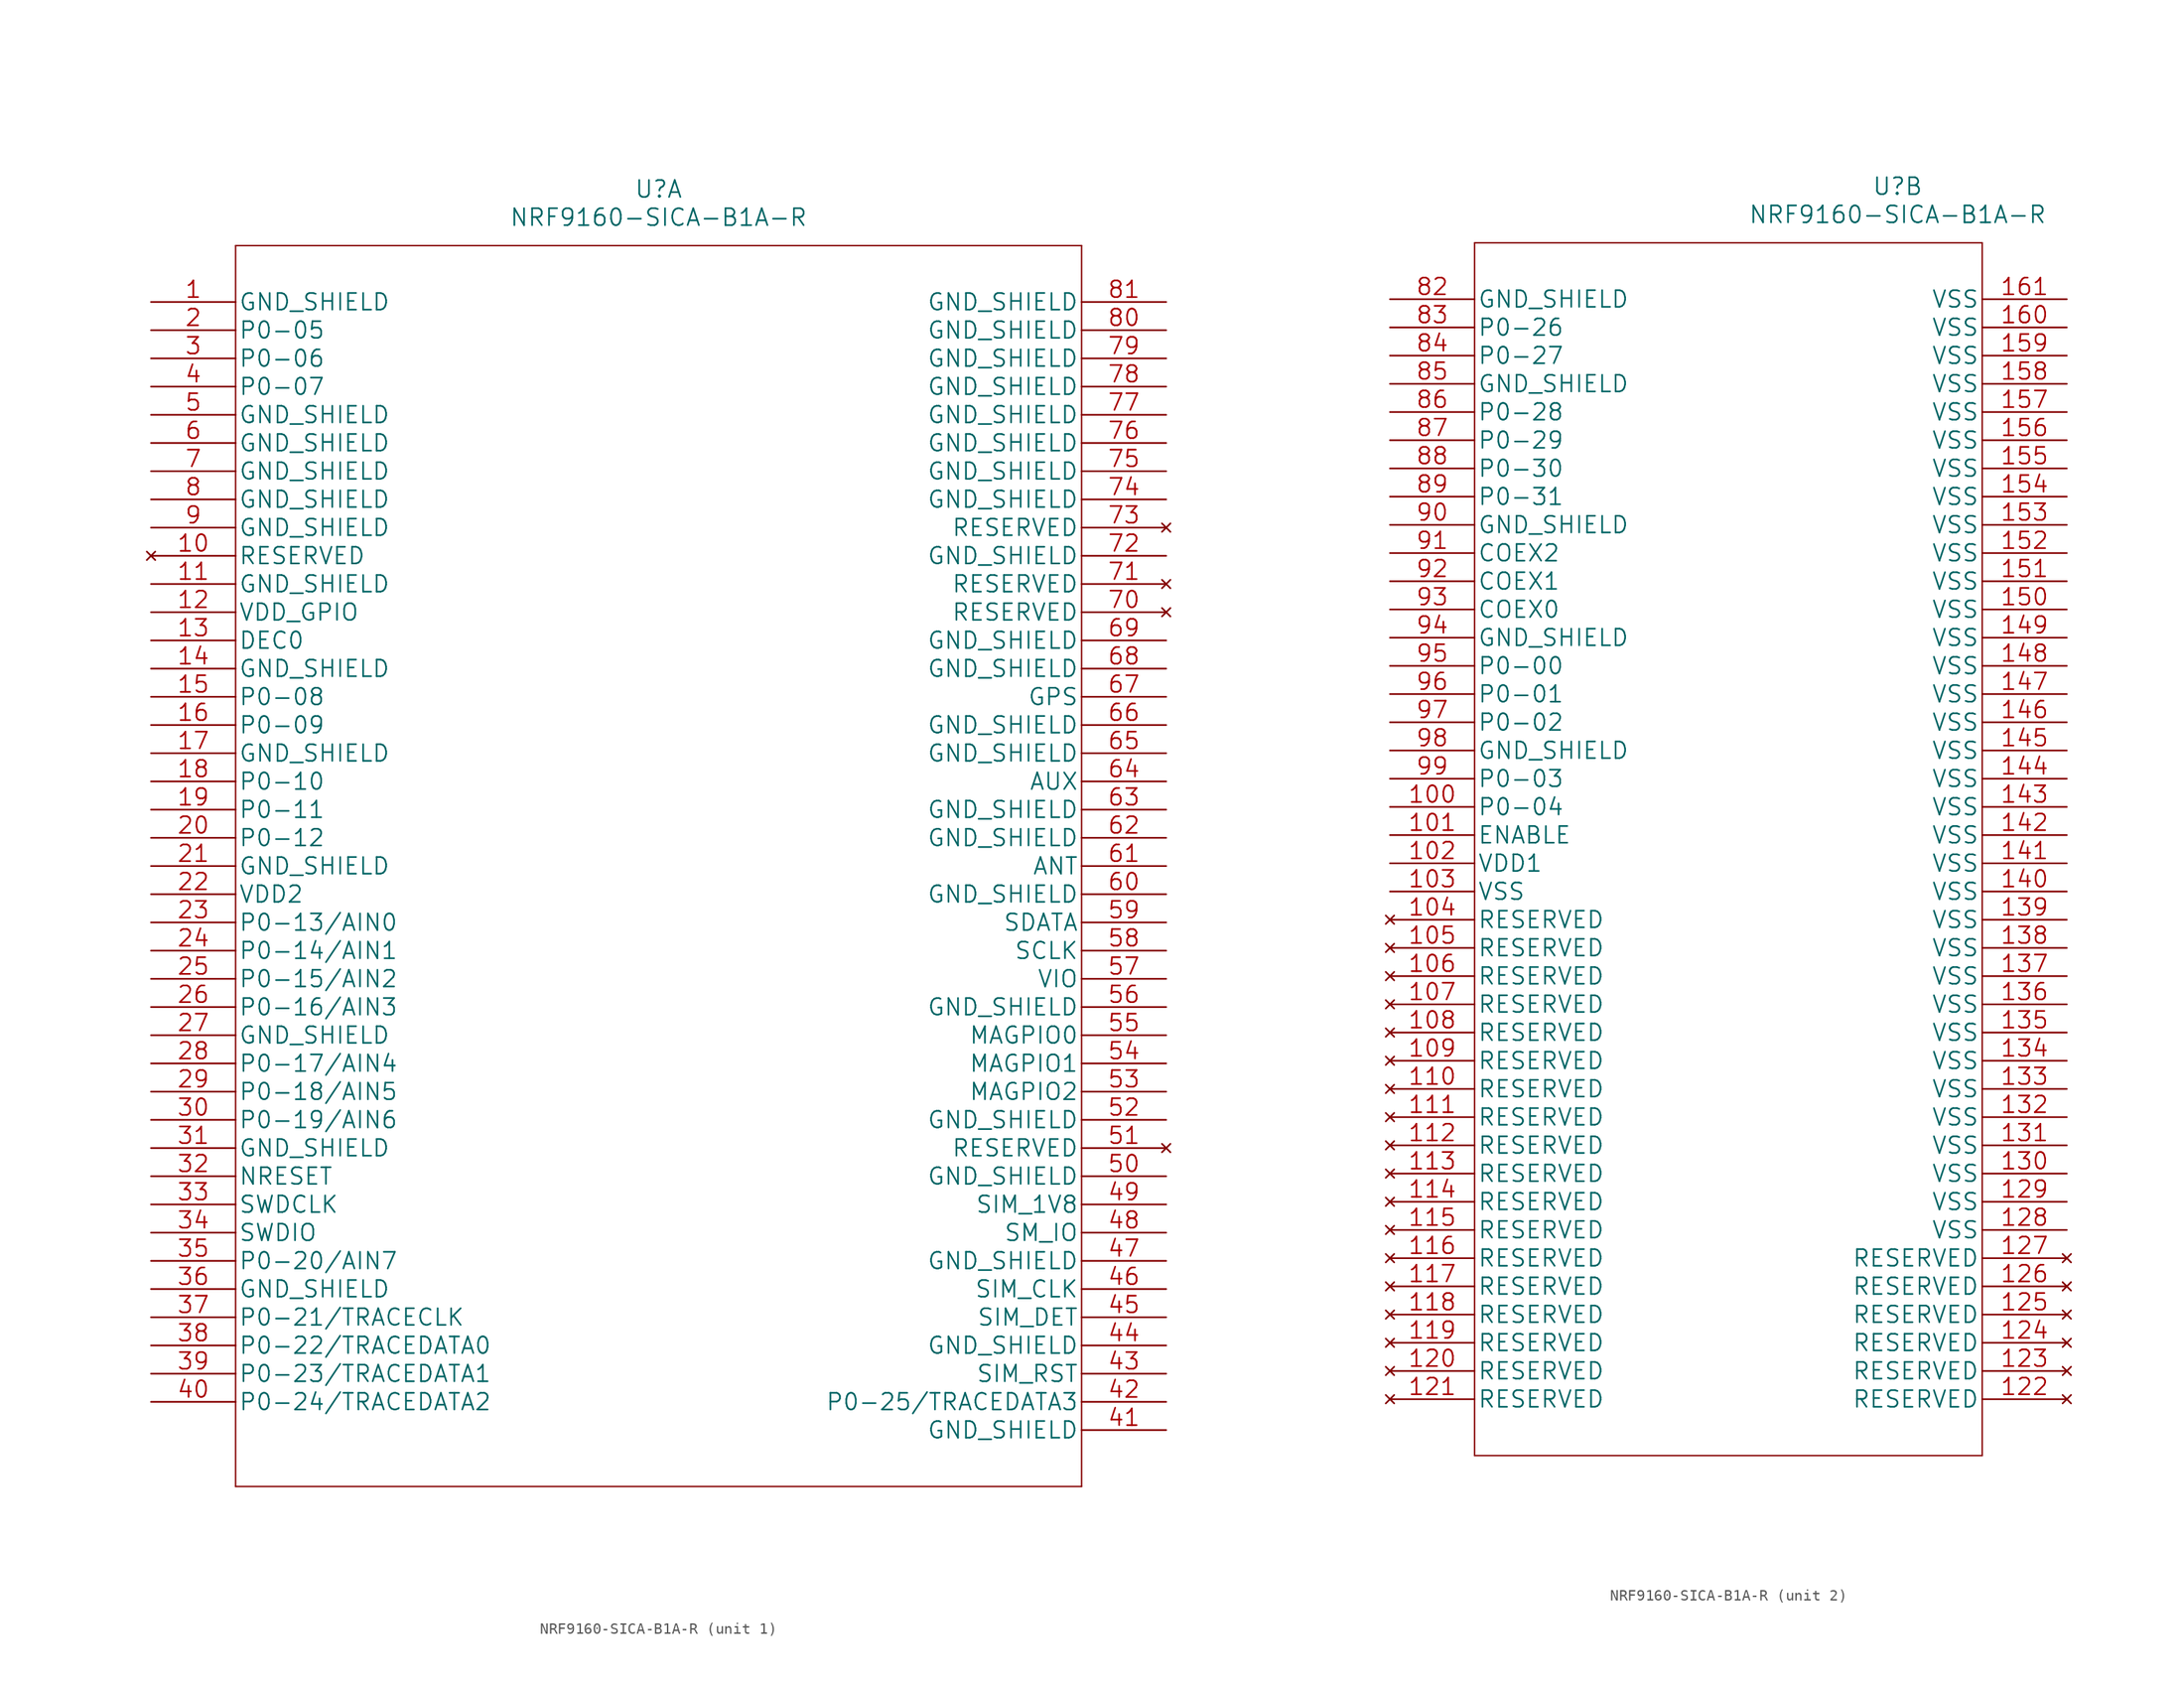
<source format=kicad_sym>
(kicad_symbol_lib
  (version 20220914)
  (generator kicad_symbol_editor)
  (symbol "NRF9160-SICA-B1A-R"
    (pin_names
      (offset 0.254))
    (property "Reference" "U"
      (at 45.72 10.16 0)
      (effects (font (size 1.524 1.524))))
    (property "Value" "NRF9160-SICA-B1A-R"
      (at 45.72 7.62 0)
      (effects (font (size 1.524 1.524))))
    (property "Datasheet" ""
      (at 0 0 0)
      (effects (font (size 1.524 1.524))))
    (property "ki_locked" ""
      (at 0 0 0)
      (effects (font (size 1.27 1.27))))
    (symbol "NRF9160-SICA-B1A-R_1_1"
      (polyline (pts (xy 7.62 -106.68) (xy 83.82 -106.68)) (stroke (width 0.127) (type solid)) (fill (type none)))
      (polyline (pts (xy 7.62 5.08) (xy 7.62 -106.68)) (stroke (width 0.127) (type solid)) (fill (type none)))
      (polyline (pts (xy 83.82 -106.68) (xy 83.82 5.08)) (stroke (width 0.127) (type solid)) (fill (type none)))
      (polyline (pts (xy 83.82 5.08) (xy 7.62 5.08)) (stroke (width 0.127) (type solid)) (fill (type none)))
      (pin power_in line (at 0 0 0) (length 7.62) (name "GND_SHIELD" (effects (font (size 1.499 1.499)))) (number "1" (effects (font (size 1.499 1.499)))))
      (pin no_connect line (at 0 -22.86 0) (length 7.62) (name "RESERVED" (effects (font (size 1.499 1.499)))) (number "10" (effects (font (size 1.499 1.499)))))
      (pin power_in line (at 0 -25.4 0) (length 7.62) (name "GND_SHIELD" (effects (font (size 1.499 1.499)))) (number "11" (effects (font (size 1.499 1.499)))))
      (pin power_in line (at 0 -27.94 0) (length 7.62) (name "VDD_GPIO" (effects (font (size 1.499 1.499)))) (number "12" (effects (font (size 1.499 1.499)))))
      (pin power_in line (at 0 -30.48 0) (length 7.62) (name "DEC0" (effects (font (size 1.499 1.499)))) (number "13" (effects (font (size 1.499 1.499)))))
      (pin power_in line (at 0 -33.02 0) (length 7.62) (name "GND_SHIELD" (effects (font (size 1.499 1.499)))) (number "14" (effects (font (size 1.499 1.499)))))
      (pin bidirectional line (at 0 -35.56 0) (length 7.62) (name "P0-08" (effects (font (size 1.499 1.499)))) (number "15" (effects (font (size 1.499 1.499)))))
      (pin bidirectional line (at 0 -38.1 0) (length 7.62) (name "P0-09" (effects (font (size 1.499 1.499)))) (number "16" (effects (font (size 1.499 1.499)))))
      (pin power_in line (at 0 -40.64 0) (length 7.62) (name "GND_SHIELD" (effects (font (size 1.499 1.499)))) (number "17" (effects (font (size 1.499 1.499)))))
      (pin bidirectional line (at 0 -43.18 0) (length 7.62) (name "P0-10" (effects (font (size 1.499 1.499)))) (number "18" (effects (font (size 1.499 1.499)))))
      (pin bidirectional line (at 0 -45.72 0) (length 7.62) (name "P0-11" (effects (font (size 1.499 1.499)))) (number "19" (effects (font (size 1.499 1.499)))))
      (pin bidirectional line (at 0 -2.54 0) (length 7.62) (name "P0-05" (effects (font (size 1.499 1.499)))) (number "2" (effects (font (size 1.499 1.499)))))
      (pin bidirectional line (at 0 -48.26 0) (length 7.62) (name "P0-12" (effects (font (size 1.499 1.499)))) (number "20" (effects (font (size 1.499 1.499)))))
      (pin power_in line (at 0 -50.8 0) (length 7.62) (name "GND_SHIELD" (effects (font (size 1.499 1.499)))) (number "21" (effects (font (size 1.499 1.499)))))
      (pin power_in line (at 0 -53.34 0) (length 7.62) (name "VDD2" (effects (font (size 1.499 1.499)))) (number "22" (effects (font (size 1.499 1.499)))))
      (pin bidirectional line (at 0 -55.88 0) (length 7.62) (name "P0-13/AIN0" (effects (font (size 1.499 1.499)))) (number "23" (effects (font (size 1.499 1.499)))))
      (pin bidirectional line (at 0 -58.42 0) (length 7.62) (name "P0-14/AIN1" (effects (font (size 1.499 1.499)))) (number "24" (effects (font (size 1.499 1.499)))))
      (pin bidirectional line (at 0 -60.96 0) (length 7.62) (name "P0-15/AIN2" (effects (font (size 1.499 1.499)))) (number "25" (effects (font (size 1.499 1.499)))))
      (pin bidirectional line (at 0 -63.5 0) (length 7.62) (name "P0-16/AIN3" (effects (font (size 1.499 1.499)))) (number "26" (effects (font (size 1.499 1.499)))))
      (pin power_in line (at 0 -66.04 0) (length 7.62) (name "GND_SHIELD" (effects (font (size 1.499 1.499)))) (number "27" (effects (font (size 1.499 1.499)))))
      (pin bidirectional line (at 0 -68.58 0) (length 7.62) (name "P0-17/AIN4" (effects (font (size 1.499 1.499)))) (number "28" (effects (font (size 1.499 1.499)))))
      (pin bidirectional line (at 0 -71.12 0) (length 7.62) (name "P0-18/AIN5" (effects (font (size 1.499 1.499)))) (number "29" (effects (font (size 1.499 1.499)))))
      (pin bidirectional line (at 0 -5.08 0) (length 7.62) (name "P0-06" (effects (font (size 1.499 1.499)))) (number "3" (effects (font (size 1.499 1.499)))))
      (pin bidirectional line (at 0 -73.66 0) (length 7.62) (name "P0-19/AIN6" (effects (font (size 1.499 1.499)))) (number "30" (effects (font (size 1.499 1.499)))))
      (pin power_in line (at 0 -76.2 0) (length 7.62) (name "GND_SHIELD" (effects (font (size 1.499 1.499)))) (number "31" (effects (font (size 1.499 1.499)))))
      (pin bidirectional line (at 0 -78.74 0) (length 7.62) (name "NRESET" (effects (font (size 1.499 1.499)))) (number "32" (effects (font (size 1.499 1.499)))))
      (pin input line (at 0 -81.28 0) (length 7.62) (name "SWDCLK" (effects (font (size 1.499 1.499)))) (number "33" (effects (font (size 1.499 1.499)))))
      (pin bidirectional line (at 0 -83.82 0) (length 7.62) (name "SWDIO" (effects (font (size 1.499 1.499)))) (number "34" (effects (font (size 1.499 1.499)))))
      (pin bidirectional line (at 0 -86.36 0) (length 7.62) (name "P0-20/AIN7" (effects (font (size 1.499 1.499)))) (number "35" (effects (font (size 1.499 1.499)))))
      (pin power_in line (at 0 -88.9 0) (length 7.62) (name "GND_SHIELD" (effects (font (size 1.499 1.499)))) (number "36" (effects (font (size 1.499 1.499)))))
      (pin bidirectional line (at 0 -91.44 0) (length 7.62) (name "P0-21/TRACECLK" (effects (font (size 1.499 1.499)))) (number "37" (effects (font (size 1.499 1.499)))))
      (pin bidirectional line (at 0 -93.98 0) (length 7.62) (name "P0-22/TRACEDATA0" (effects (font (size 1.499 1.499)))) (number "38" (effects (font (size 1.499 1.499)))))
      (pin bidirectional line (at 0 -96.52 0) (length 7.62) (name "P0-23/TRACEDATA1" (effects (font (size 1.499 1.499)))) (number "39" (effects (font (size 1.499 1.499)))))
      (pin bidirectional line (at 0 -7.62 0) (length 7.62) (name "P0-07" (effects (font (size 1.499 1.499)))) (number "4" (effects (font (size 1.499 1.499)))))
      (pin bidirectional line (at 0 -99.06 0) (length 7.62) (name "P0-24/TRACEDATA2" (effects (font (size 1.499 1.499)))) (number "40" (effects (font (size 1.499 1.499)))))
      (pin power_in line (at 91.44 -101.6 180) (length 7.62) (name "GND_SHIELD" (effects (font (size 1.499 1.499)))) (number "41" (effects (font (size 1.499 1.499)))))
      (pin bidirectional line (at 91.44 -99.06 180) (length 7.62) (name "P0-25/TRACEDATA3" (effects (font (size 1.499 1.499)))) (number "42" (effects (font (size 1.499 1.499)))))
      (pin bidirectional line (at 91.44 -96.52 180) (length 7.62) (name "SIM_RST" (effects (font (size 1.499 1.499)))) (number "43" (effects (font (size 1.499 1.499)))))
      (pin power_in line (at 91.44 -93.98 180) (length 7.62) (name "GND_SHIELD" (effects (font (size 1.499 1.499)))) (number "44" (effects (font (size 1.499 1.499)))))
      (pin bidirectional line (at 91.44 -91.44 180) (length 7.62) (name "SIM_DET" (effects (font (size 1.499 1.499)))) (number "45" (effects (font (size 1.499 1.499)))))
      (pin bidirectional line (at 91.44 -88.9 180) (length 7.62) (name "SIM_CLK" (effects (font (size 1.499 1.499)))) (number "46" (effects (font (size 1.499 1.499)))))
      (pin power_in line (at 91.44 -86.36 180) (length 7.62) (name "GND_SHIELD" (effects (font (size 1.499 1.499)))) (number "47" (effects (font (size 1.499 1.499)))))
      (pin bidirectional line (at 91.44 -83.82 180) (length 7.62) (name "SM_IO" (effects (font (size 1.499 1.499)))) (number "48" (effects (font (size 1.499 1.499)))))
      (pin power_in line (at 91.44 -81.28 180) (length 7.62) (name "SIM_1V8" (effects (font (size 1.499 1.499)))) (number "49" (effects (font (size 1.499 1.499)))))
      (pin power_in line (at 0 -10.16 0) (length 7.62) (name "GND_SHIELD" (effects (font (size 1.499 1.499)))) (number "5" (effects (font (size 1.499 1.499)))))
      (pin power_in line (at 91.44 -78.74 180) (length 7.62) (name "GND_SHIELD" (effects (font (size 1.499 1.499)))) (number "50" (effects (font (size 1.499 1.499)))))
      (pin no_connect line (at 91.44 -76.2 180) (length 7.62) (name "RESERVED" (effects (font (size 1.499 1.499)))) (number "51" (effects (font (size 1.499 1.499)))))
      (pin power_in line (at 91.44 -73.66 180) (length 7.62) (name "GND_SHIELD" (effects (font (size 1.499 1.499)))) (number "52" (effects (font (size 1.499 1.499)))))
      (pin bidirectional line (at 91.44 -71.12 180) (length 7.62) (name "MAGPIO2" (effects (font (size 1.499 1.499)))) (number "53" (effects (font (size 1.499 1.499)))))
      (pin bidirectional line (at 91.44 -68.58 180) (length 7.62) (name "MAGPIO1" (effects (font (size 1.499 1.499)))) (number "54" (effects (font (size 1.499 1.499)))))
      (pin bidirectional line (at 91.44 -66.04 180) (length 7.62) (name "MAGPIO0" (effects (font (size 1.499 1.499)))) (number "55" (effects (font (size 1.499 1.499)))))
      (pin power_in line (at 91.44 -63.5 180) (length 7.62) (name "GND_SHIELD" (effects (font (size 1.499 1.499)))) (number "56" (effects (font (size 1.499 1.499)))))
      (pin power_in line (at 91.44 -60.96 180) (length 7.62) (name "VIO" (effects (font (size 1.499 1.499)))) (number "57" (effects (font (size 1.499 1.499)))))
      (pin bidirectional line (at 91.44 -58.42 180) (length 7.62) (name "SCLK" (effects (font (size 1.499 1.499)))) (number "58" (effects (font (size 1.499 1.499)))))
      (pin bidirectional line (at 91.44 -55.88 180) (length 7.62) (name "SDATA" (effects (font (size 1.499 1.499)))) (number "59" (effects (font (size 1.499 1.499)))))
      (pin power_in line (at 0 -12.7 0) (length 7.62) (name "GND_SHIELD" (effects (font (size 1.499 1.499)))) (number "6" (effects (font (size 1.499 1.499)))))
      (pin power_in line (at 91.44 -53.34 180) (length 7.62) (name "GND_SHIELD" (effects (font (size 1.499 1.499)))) (number "60" (effects (font (size 1.499 1.499)))))
      (pin unspecified line (at 91.44 -50.8 180) (length 7.62) (name "ANT" (effects (font (size 1.499 1.499)))) (number "61" (effects (font (size 1.499 1.499)))))
      (pin power_in line (at 91.44 -48.26 180) (length 7.62) (name "GND_SHIELD" (effects (font (size 1.499 1.499)))) (number "62" (effects (font (size 1.499 1.499)))))
      (pin power_in line (at 91.44 -45.72 180) (length 7.62) (name "GND_SHIELD" (effects (font (size 1.499 1.499)))) (number "63" (effects (font (size 1.499 1.499)))))
      (pin unspecified line (at 91.44 -43.18 180) (length 7.62) (name "AUX" (effects (font (size 1.499 1.499)))) (number "64" (effects (font (size 1.499 1.499)))))
      (pin power_in line (at 91.44 -40.64 180) (length 7.62) (name "GND_SHIELD" (effects (font (size 1.499 1.499)))) (number "65" (effects (font (size 1.499 1.499)))))
      (pin power_in line (at 91.44 -38.1 180) (length 7.62) (name "GND_SHIELD" (effects (font (size 1.499 1.499)))) (number "66" (effects (font (size 1.499 1.499)))))
      (pin unspecified line (at 91.44 -35.56 180) (length 7.62) (name "GPS" (effects (font (size 1.499 1.499)))) (number "67" (effects (font (size 1.499 1.499)))))
      (pin power_in line (at 91.44 -33.02 180) (length 7.62) (name "GND_SHIELD" (effects (font (size 1.499 1.499)))) (number "68" (effects (font (size 1.499 1.499)))))
      (pin power_in line (at 91.44 -30.48 180) (length 7.62) (name "GND_SHIELD" (effects (font (size 1.499 1.499)))) (number "69" (effects (font (size 1.499 1.499)))))
      (pin power_in line (at 0 -15.24 0) (length 7.62) (name "GND_SHIELD" (effects (font (size 1.499 1.499)))) (number "7" (effects (font (size 1.499 1.499)))))
      (pin no_connect line (at 91.44 -27.94 180) (length 7.62) (name "RESERVED" (effects (font (size 1.499 1.499)))) (number "70" (effects (font (size 1.499 1.499)))))
      (pin no_connect line (at 91.44 -25.4 180) (length 7.62) (name "RESERVED" (effects (font (size 1.499 1.499)))) (number "71" (effects (font (size 1.499 1.499)))))
      (pin power_in line (at 91.44 -22.86 180) (length 7.62) (name "GND_SHIELD" (effects (font (size 1.499 1.499)))) (number "72" (effects (font (size 1.499 1.499)))))
      (pin no_connect line (at 91.44 -20.32 180) (length 7.62) (name "RESERVED" (effects (font (size 1.499 1.499)))) (number "73" (effects (font (size 1.499 1.499)))))
      (pin power_in line (at 91.44 -17.78 180) (length 7.62) (name "GND_SHIELD" (effects (font (size 1.499 1.499)))) (number "74" (effects (font (size 1.499 1.499)))))
      (pin power_in line (at 91.44 -15.24 180) (length 7.62) (name "GND_SHIELD" (effects (font (size 1.499 1.499)))) (number "75" (effects (font (size 1.499 1.499)))))
      (pin power_in line (at 91.44 -12.7 180) (length 7.62) (name "GND_SHIELD" (effects (font (size 1.499 1.499)))) (number "76" (effects (font (size 1.499 1.499)))))
      (pin power_in line (at 91.44 -10.16 180) (length 7.62) (name "GND_SHIELD" (effects (font (size 1.499 1.499)))) (number "77" (effects (font (size 1.499 1.499)))))
      (pin power_in line (at 91.44 -7.62 180) (length 7.62) (name "GND_SHIELD" (effects (font (size 1.499 1.499)))) (number "78" (effects (font (size 1.499 1.499)))))
      (pin power_in line (at 91.44 -5.08 180) (length 7.62) (name "GND_SHIELD" (effects (font (size 1.499 1.499)))) (number "79" (effects (font (size 1.499 1.499)))))
      (pin power_in line (at 0 -17.78 0) (length 7.62) (name "GND_SHIELD" (effects (font (size 1.499 1.499)))) (number "8" (effects (font (size 1.499 1.499)))))
      (pin power_in line (at 91.44 -2.54 180) (length 7.62) (name "GND_SHIELD" (effects (font (size 1.499 1.499)))) (number "80" (effects (font (size 1.499 1.499)))))
      (pin power_in line (at 91.44 0 180) (length 7.62) (name "GND_SHIELD" (effects (font (size 1.499 1.499)))) (number "81" (effects (font (size 1.499 1.499)))))
      (pin power_in line (at 0 -20.32 0) (length 7.62) (name "GND_SHIELD" (effects (font (size 1.499 1.499)))) (number "9" (effects (font (size 1.499 1.499))))))
    (symbol "NRF9160-SICA-B1A-R_2_1"
      (polyline (pts (xy 7.62 -104.14) (xy 53.34 -104.14)) (stroke (width 0.127) (type solid)) (fill (type none)))
      (polyline (pts (xy 7.62 5.08) (xy 7.62 -104.14)) (stroke (width 0.127) (type solid)) (fill (type none)))
      (polyline (pts (xy 53.34 -104.14) (xy 53.34 5.08)) (stroke (width 0.127) (type solid)) (fill (type none)))
      (polyline (pts (xy 53.34 5.08) (xy 7.62 5.08)) (stroke (width 0.127) (type solid)) (fill (type none)))
      (pin bidirectional line (at 0 -45.72 0) (length 7.62) (name "P0-04" (effects (font (size 1.499 1.499)))) (number "100" (effects (font (size 1.499 1.499)))))
      (pin input line (at 0 -48.26 0) (length 7.62) (name "ENABLE" (effects (font (size 1.499 1.499)))) (number "101" (effects (font (size 1.499 1.499)))))
      (pin power_in line (at 0 -50.8 0) (length 7.62) (name "VDD1" (effects (font (size 1.499 1.499)))) (number "102" (effects (font (size 1.499 1.499)))))
      (pin power_in line (at 0 -53.34 0) (length 7.62) (name "VSS" (effects (font (size 1.499 1.499)))) (number "103" (effects (font (size 1.499 1.499)))))
      (pin no_connect line (at 0 -55.88 0) (length 7.62) (name "RESERVED" (effects (font (size 1.499 1.499)))) (number "104" (effects (font (size 1.499 1.499)))))
      (pin no_connect line (at 0 -58.42 0) (length 7.62) (name "RESERVED" (effects (font (size 1.499 1.499)))) (number "105" (effects (font (size 1.499 1.499)))))
      (pin no_connect line (at 0 -60.96 0) (length 7.62) (name "RESERVED" (effects (font (size 1.499 1.499)))) (number "106" (effects (font (size 1.499 1.499)))))
      (pin no_connect line (at 0 -63.5 0) (length 7.62) (name "RESERVED" (effects (font (size 1.499 1.499)))) (number "107" (effects (font (size 1.499 1.499)))))
      (pin no_connect line (at 0 -66.04 0) (length 7.62) (name "RESERVED" (effects (font (size 1.499 1.499)))) (number "108" (effects (font (size 1.499 1.499)))))
      (pin no_connect line (at 0 -68.58 0) (length 7.62) (name "RESERVED" (effects (font (size 1.499 1.499)))) (number "109" (effects (font (size 1.499 1.499)))))
      (pin no_connect line (at 0 -71.12 0) (length 7.62) (name "RESERVED" (effects (font (size 1.499 1.499)))) (number "110" (effects (font (size 1.499 1.499)))))
      (pin no_connect line (at 0 -73.66 0) (length 7.62) (name "RESERVED" (effects (font (size 1.499 1.499)))) (number "111" (effects (font (size 1.499 1.499)))))
      (pin no_connect line (at 0 -76.2 0) (length 7.62) (name "RESERVED" (effects (font (size 1.499 1.499)))) (number "112" (effects (font (size 1.499 1.499)))))
      (pin no_connect line (at 0 -78.74 0) (length 7.62) (name "RESERVED" (effects (font (size 1.499 1.499)))) (number "113" (effects (font (size 1.499 1.499)))))
      (pin no_connect line (at 0 -81.28 0) (length 7.62) (name "RESERVED" (effects (font (size 1.499 1.499)))) (number "114" (effects (font (size 1.499 1.499)))))
      (pin no_connect line (at 0 -83.82 0) (length 7.62) (name "RESERVED" (effects (font (size 1.499 1.499)))) (number "115" (effects (font (size 1.499 1.499)))))
      (pin no_connect line (at 0 -86.36 0) (length 7.62) (name "RESERVED" (effects (font (size 1.499 1.499)))) (number "116" (effects (font (size 1.499 1.499)))))
      (pin no_connect line (at 0 -88.9 0) (length 7.62) (name "RESERVED" (effects (font (size 1.499 1.499)))) (number "117" (effects (font (size 1.499 1.499)))))
      (pin no_connect line (at 0 -91.44 0) (length 7.62) (name "RESERVED" (effects (font (size 1.499 1.499)))) (number "118" (effects (font (size 1.499 1.499)))))
      (pin no_connect line (at 0 -93.98 0) (length 7.62) (name "RESERVED" (effects (font (size 1.499 1.499)))) (number "119" (effects (font (size 1.499 1.499)))))
      (pin no_connect line (at 0 -96.52 0) (length 7.62) (name "RESERVED" (effects (font (size 1.499 1.499)))) (number "120" (effects (font (size 1.499 1.499)))))
      (pin no_connect line (at 0 -99.06 0) (length 7.62) (name "RESERVED" (effects (font (size 1.499 1.499)))) (number "121" (effects (font (size 1.499 1.499)))))
      (pin no_connect line (at 60.96 -99.06 180) (length 7.62) (name "RESERVED" (effects (font (size 1.499 1.499)))) (number "122" (effects (font (size 1.499 1.499)))))
      (pin no_connect line (at 60.96 -96.52 180) (length 7.62) (name "RESERVED" (effects (font (size 1.499 1.499)))) (number "123" (effects (font (size 1.499 1.499)))))
      (pin no_connect line (at 60.96 -93.98 180) (length 7.62) (name "RESERVED" (effects (font (size 1.499 1.499)))) (number "124" (effects (font (size 1.499 1.499)))))
      (pin no_connect line (at 60.96 -91.44 180) (length 7.62) (name "RESERVED" (effects (font (size 1.499 1.499)))) (number "125" (effects (font (size 1.499 1.499)))))
      (pin no_connect line (at 60.96 -88.9 180) (length 7.62) (name "RESERVED" (effects (font (size 1.499 1.499)))) (number "126" (effects (font (size 1.499 1.499)))))
      (pin no_connect line (at 60.96 -86.36 180) (length 7.62) (name "RESERVED" (effects (font (size 1.499 1.499)))) (number "127" (effects (font (size 1.499 1.499)))))
      (pin power_in line (at 60.96 -83.82 180) (length 7.62) (name "VSS" (effects (font (size 1.499 1.499)))) (number "128" (effects (font (size 1.499 1.499)))))
      (pin power_in line (at 60.96 -81.28 180) (length 7.62) (name "VSS" (effects (font (size 1.499 1.499)))) (number "129" (effects (font (size 1.499 1.499)))))
      (pin power_in line (at 60.96 -78.74 180) (length 7.62) (name "VSS" (effects (font (size 1.499 1.499)))) (number "130" (effects (font (size 1.499 1.499)))))
      (pin power_in line (at 60.96 -76.2 180) (length 7.62) (name "VSS" (effects (font (size 1.499 1.499)))) (number "131" (effects (font (size 1.499 1.499)))))
      (pin power_in line (at 60.96 -73.66 180) (length 7.62) (name "VSS" (effects (font (size 1.499 1.499)))) (number "132" (effects (font (size 1.499 1.499)))))
      (pin power_in line (at 60.96 -71.12 180) (length 7.62) (name "VSS" (effects (font (size 1.499 1.499)))) (number "133" (effects (font (size 1.499 1.499)))))
      (pin power_in line (at 60.96 -68.58 180) (length 7.62) (name "VSS" (effects (font (size 1.499 1.499)))) (number "134" (effects (font (size 1.499 1.499)))))
      (pin power_in line (at 60.96 -66.04 180) (length 7.62) (name "VSS" (effects (font (size 1.499 1.499)))) (number "135" (effects (font (size 1.499 1.499)))))
      (pin power_in line (at 60.96 -63.5 180) (length 7.62) (name "VSS" (effects (font (size 1.499 1.499)))) (number "136" (effects (font (size 1.499 1.499)))))
      (pin power_in line (at 60.96 -60.96 180) (length 7.62) (name "VSS" (effects (font (size 1.499 1.499)))) (number "137" (effects (font (size 1.499 1.499)))))
      (pin power_in line (at 60.96 -58.42 180) (length 7.62) (name "VSS" (effects (font (size 1.499 1.499)))) (number "138" (effects (font (size 1.499 1.499)))))
      (pin power_in line (at 60.96 -55.88 180) (length 7.62) (name "VSS" (effects (font (size 1.499 1.499)))) (number "139" (effects (font (size 1.499 1.499)))))
      (pin power_in line (at 60.96 -53.34 180) (length 7.62) (name "VSS" (effects (font (size 1.499 1.499)))) (number "140" (effects (font (size 1.499 1.499)))))
      (pin power_in line (at 60.96 -50.8 180) (length 7.62) (name "VSS" (effects (font (size 1.499 1.499)))) (number "141" (effects (font (size 1.499 1.499)))))
      (pin power_in line (at 60.96 -48.26 180) (length 7.62) (name "VSS" (effects (font (size 1.499 1.499)))) (number "142" (effects (font (size 1.499 1.499)))))
      (pin power_in line (at 60.96 -45.72 180) (length 7.62) (name "VSS" (effects (font (size 1.499 1.499)))) (number "143" (effects (font (size 1.499 1.499)))))
      (pin power_in line (at 60.96 -43.18 180) (length 7.62) (name "VSS" (effects (font (size 1.499 1.499)))) (number "144" (effects (font (size 1.499 1.499)))))
      (pin power_in line (at 60.96 -40.64 180) (length 7.62) (name "VSS" (effects (font (size 1.499 1.499)))) (number "145" (effects (font (size 1.499 1.499)))))
      (pin power_in line (at 60.96 -38.1 180) (length 7.62) (name "VSS" (effects (font (size 1.499 1.499)))) (number "146" (effects (font (size 1.499 1.499)))))
      (pin power_in line (at 60.96 -35.56 180) (length 7.62) (name "VSS" (effects (font (size 1.499 1.499)))) (number "147" (effects (font (size 1.499 1.499)))))
      (pin power_in line (at 60.96 -33.02 180) (length 7.62) (name "VSS" (effects (font (size 1.499 1.499)))) (number "148" (effects (font (size 1.499 1.499)))))
      (pin power_in line (at 60.96 -30.48 180) (length 7.62) (name "VSS" (effects (font (size 1.499 1.499)))) (number "149" (effects (font (size 1.499 1.499)))))
      (pin power_in line (at 60.96 -27.94 180) (length 7.62) (name "VSS" (effects (font (size 1.499 1.499)))) (number "150" (effects (font (size 1.499 1.499)))))
      (pin power_in line (at 60.96 -25.4 180) (length 7.62) (name "VSS" (effects (font (size 1.499 1.499)))) (number "151" (effects (font (size 1.499 1.499)))))
      (pin power_in line (at 60.96 -22.86 180) (length 7.62) (name "VSS" (effects (font (size 1.499 1.499)))) (number "152" (effects (font (size 1.499 1.499)))))
      (pin power_in line (at 60.96 -20.32 180) (length 7.62) (name "VSS" (effects (font (size 1.499 1.499)))) (number "153" (effects (font (size 1.499 1.499)))))
      (pin power_in line (at 60.96 -17.78 180) (length 7.62) (name "VSS" (effects (font (size 1.499 1.499)))) (number "154" (effects (font (size 1.499 1.499)))))
      (pin power_in line (at 60.96 -15.24 180) (length 7.62) (name "VSS" (effects (font (size 1.499 1.499)))) (number "155" (effects (font (size 1.499 1.499)))))
      (pin power_in line (at 60.96 -12.7 180) (length 7.62) (name "VSS" (effects (font (size 1.499 1.499)))) (number "156" (effects (font (size 1.499 1.499)))))
      (pin power_in line (at 60.96 -10.16 180) (length 7.62) (name "VSS" (effects (font (size 1.499 1.499)))) (number "157" (effects (font (size 1.499 1.499)))))
      (pin power_in line (at 60.96 -7.62 180) (length 7.62) (name "VSS" (effects (font (size 1.499 1.499)))) (number "158" (effects (font (size 1.499 1.499)))))
      (pin power_in line (at 60.96 -5.08 180) (length 7.62) (name "VSS" (effects (font (size 1.499 1.499)))) (number "159" (effects (font (size 1.499 1.499)))))
      (pin power_in line (at 60.96 -2.54 180) (length 7.62) (name "VSS" (effects (font (size 1.499 1.499)))) (number "160" (effects (font (size 1.499 1.499)))))
      (pin power_in line (at 60.96 0 180) (length 7.62) (name "VSS" (effects (font (size 1.499 1.499)))) (number "161" (effects (font (size 1.499 1.499)))))
      (pin power_in line (at 0 0 0) (length 7.62) (name "GND_SHIELD" (effects (font (size 1.499 1.499)))) (number "82" (effects (font (size 1.499 1.499)))))
      (pin bidirectional line (at 0 -2.54 0) (length 7.62) (name "P0-26" (effects (font (size 1.499 1.499)))) (number "83" (effects (font (size 1.499 1.499)))))
      (pin bidirectional line (at 0 -5.08 0) (length 7.62) (name "P0-27" (effects (font (size 1.499 1.499)))) (number "84" (effects (font (size 1.499 1.499)))))
      (pin power_in line (at 0 -7.62 0) (length 7.62) (name "GND_SHIELD" (effects (font (size 1.499 1.499)))) (number "85" (effects (font (size 1.499 1.499)))))
      (pin bidirectional line (at 0 -10.16 0) (length 7.62) (name "P0-28" (effects (font (size 1.499 1.499)))) (number "86" (effects (font (size 1.499 1.499)))))
      (pin bidirectional line (at 0 -12.7 0) (length 7.62) (name "P0-29" (effects (font (size 1.499 1.499)))) (number "87" (effects (font (size 1.499 1.499)))))
      (pin bidirectional line (at 0 -15.24 0) (length 7.62) (name "P0-30" (effects (font (size 1.499 1.499)))) (number "88" (effects (font (size 1.499 1.499)))))
      (pin bidirectional line (at 0 -17.78 0) (length 7.62) (name "P0-31" (effects (font (size 1.499 1.499)))) (number "89" (effects (font (size 1.499 1.499)))))
      (pin power_in line (at 0 -20.32 0) (length 7.62) (name "GND_SHIELD" (effects (font (size 1.499 1.499)))) (number "90" (effects (font (size 1.499 1.499)))))
      (pin bidirectional line (at 0 -22.86 0) (length 7.62) (name "COEX2" (effects (font (size 1.499 1.499)))) (number "91" (effects (font (size 1.499 1.499)))))
      (pin bidirectional line (at 0 -25.4 0) (length 7.62) (name "COEX1" (effects (font (size 1.499 1.499)))) (number "92" (effects (font (size 1.499 1.499)))))
      (pin bidirectional line (at 0 -27.94 0) (length 7.62) (name "COEX0" (effects (font (size 1.499 1.499)))) (number "93" (effects (font (size 1.499 1.499)))))
      (pin power_in line (at 0 -30.48 0) (length 7.62) (name "GND_SHIELD" (effects (font (size 1.499 1.499)))) (number "94" (effects (font (size 1.499 1.499)))))
      (pin bidirectional line (at 0 -33.02 0) (length 7.62) (name "P0-00" (effects (font (size 1.499 1.499)))) (number "95" (effects (font (size 1.499 1.499)))))
      (pin bidirectional line (at 0 -35.56 0) (length 7.62) (name "P0-01" (effects (font (size 1.499 1.499)))) (number "96" (effects (font (size 1.499 1.499)))))
      (pin bidirectional line (at 0 -38.1 0) (length 7.62) (name "P0-02" (effects (font (size 1.499 1.499)))) (number "97" (effects (font (size 1.499 1.499)))))
      (pin power_in line (at 0 -40.64 0) (length 7.62) (name "GND_SHIELD" (effects (font (size 1.499 1.499)))) (number "98" (effects (font (size 1.499 1.499)))))
      (pin bidirectional line (at 0 -43.18 0) (length 7.62) (name "P0-03" (effects (font (size 1.499 1.499)))) (number "99" (effects (font (size 1.499 1.499))))))))
</source>
